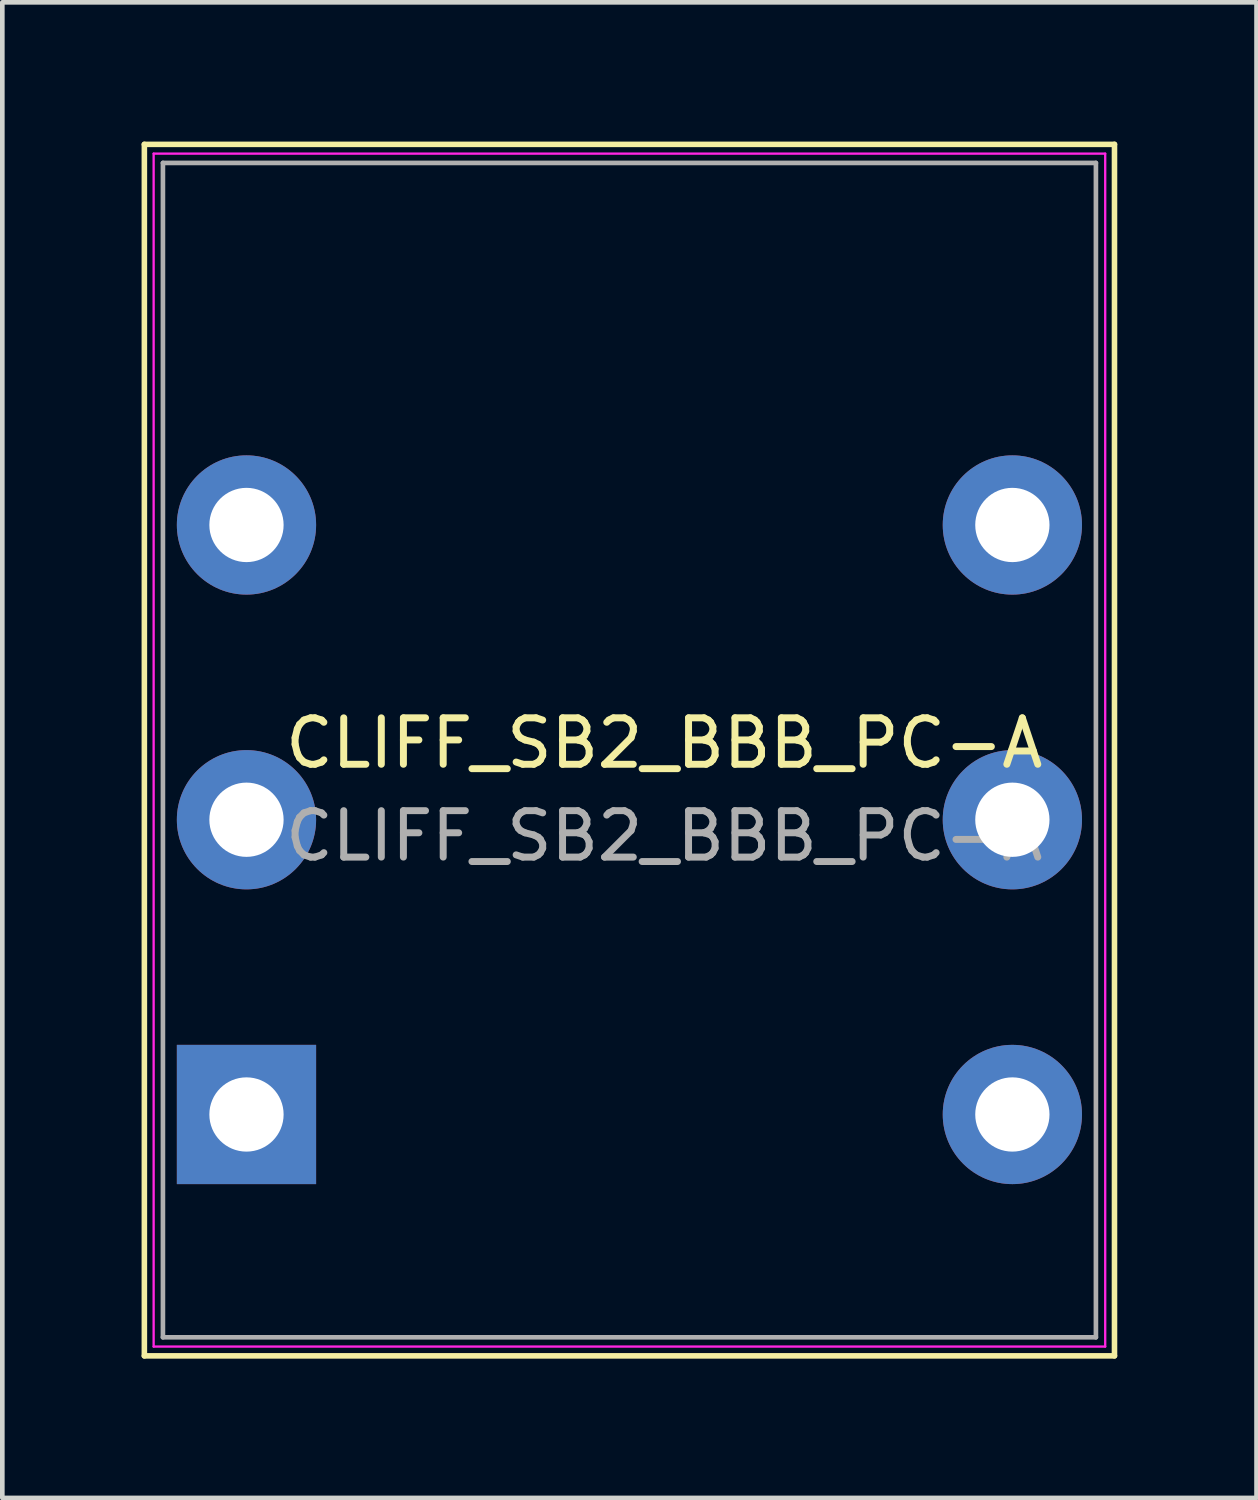
<source format=kicad_pcb>
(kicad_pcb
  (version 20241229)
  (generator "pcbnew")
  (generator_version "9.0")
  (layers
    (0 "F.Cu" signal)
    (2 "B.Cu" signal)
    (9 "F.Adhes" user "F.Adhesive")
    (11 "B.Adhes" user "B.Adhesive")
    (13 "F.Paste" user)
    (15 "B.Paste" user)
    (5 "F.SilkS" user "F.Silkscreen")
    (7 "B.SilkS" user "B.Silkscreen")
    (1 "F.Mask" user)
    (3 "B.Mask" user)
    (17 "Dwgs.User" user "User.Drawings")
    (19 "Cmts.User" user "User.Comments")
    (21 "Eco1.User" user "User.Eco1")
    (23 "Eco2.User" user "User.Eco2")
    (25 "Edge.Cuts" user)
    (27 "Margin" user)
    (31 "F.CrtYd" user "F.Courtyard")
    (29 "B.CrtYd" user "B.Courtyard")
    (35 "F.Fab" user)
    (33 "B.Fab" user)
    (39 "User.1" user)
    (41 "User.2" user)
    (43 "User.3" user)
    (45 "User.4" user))
  (footprint "CLIFF_SB2_BBB_PC-A"
    (layer "F.Cu")
    (at 2.26 20.96)
    (property "Reference" "CLIFF_SB2_BBB_PC-A" (at 9 -8 0) (layer "F.SilkS") (effects (font (size 1 1) (thickness 0.15))))
    (attr through_hole)
    (fp_line (start -2.2 5.2) (end -2.2 -20.9) (stroke (width 0.12) (type solid)) (layer "F.SilkS"))
    (fp_line (start -2.2 5.2) (end 18.7 5.2) (stroke (width 0.12) (type solid)) (layer "F.SilkS"))
    (fp_line (start 18.7 -20.9) (end -2.2 -20.9) (stroke (width 0.12) (type solid)) (layer "F.SilkS"))
    (fp_line (start 18.7 5.2) (end 18.7 -20.9) (stroke (width 0.12) (type solid)) (layer "F.SilkS"))
    (fp_line (start -2 -20.7) (end 18.5 -20.7) (stroke (width 0.05) (type solid)) (layer "F.CrtYd"))
    (fp_line (start -2 5) (end -2 -20.7) (stroke (width 0.05) (type solid)) (layer "F.CrtYd"))
    (fp_line (start 18.5 -20.7) (end 18.5 5) (stroke (width 0.05) (type solid)) (layer "F.CrtYd"))
    (fp_line (start 18.5 5) (end -2 5) (stroke (width 0.05) (type solid)) (layer "F.CrtYd"))
    (fp_line (start -1.8 -20.5) (end 18.3 -20.5) (stroke (width 0.1) (type solid)) (layer "F.Fab"))
    (fp_line (start -1.8 4.8) (end -1.8 -20.5) (stroke (width 0.1) (type solid)) (layer "F.Fab"))
    (fp_line (start 18.3 -20.5) (end 18.3 4.8) (stroke (width 0.1) (type solid)) (layer "F.Fab"))
    (fp_line (start 18.3 4.8) (end -1.8 4.8) (stroke (width 0.1) (type solid)) (layer "F.Fab"))
    (fp_text user "${REFERENCE}" (at 9 -6 0) (layer "F.Fab") (effects (font (size 1 1) (thickness 0.15))))
    (pad "1" thru_hole rect (at 0 0) (size 3 3) (drill 1.6) (layers "*.Cu" "*.Mask"))
    (pad "2" thru_hole circle (at 0 -6.35) (size 3 3) (drill 1.6) (layers "*.Cu" "*.Mask"))
    (pad "3" thru_hole circle (at 0 -12.7) (size 3 3) (drill 1.6) (layers "*.Cu" "*.Mask"))
    (pad "4" thru_hole circle (at 16.5 0) (size 3 3) (drill 1.6) (layers "*.Cu" "*.Mask"))
    (pad "5" thru_hole circle (at 16.5 -6.35) (size 3 3) (drill 1.6) (layers "*.Cu" "*.Mask"))
    (pad "6" thru_hole circle (at 16.5 -12.7) (size 3 3) (drill 1.6) (layers "*.Cu" "*.Mask")))
  (gr_rect
    (start -3 -3)
    (end 24.02 29.22)
    (stroke (width 0.1) (type default))
    (fill no)
    (layer "Edge.Cuts")))
</source>
